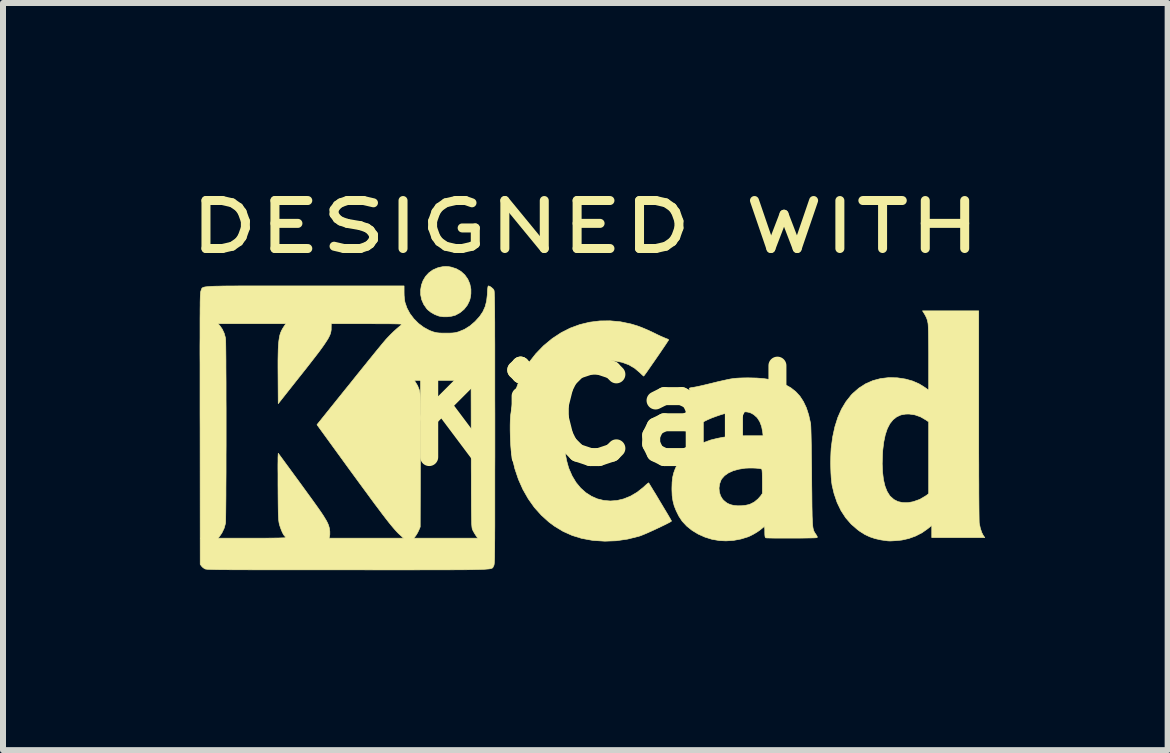
<source format=kicad_pcb>
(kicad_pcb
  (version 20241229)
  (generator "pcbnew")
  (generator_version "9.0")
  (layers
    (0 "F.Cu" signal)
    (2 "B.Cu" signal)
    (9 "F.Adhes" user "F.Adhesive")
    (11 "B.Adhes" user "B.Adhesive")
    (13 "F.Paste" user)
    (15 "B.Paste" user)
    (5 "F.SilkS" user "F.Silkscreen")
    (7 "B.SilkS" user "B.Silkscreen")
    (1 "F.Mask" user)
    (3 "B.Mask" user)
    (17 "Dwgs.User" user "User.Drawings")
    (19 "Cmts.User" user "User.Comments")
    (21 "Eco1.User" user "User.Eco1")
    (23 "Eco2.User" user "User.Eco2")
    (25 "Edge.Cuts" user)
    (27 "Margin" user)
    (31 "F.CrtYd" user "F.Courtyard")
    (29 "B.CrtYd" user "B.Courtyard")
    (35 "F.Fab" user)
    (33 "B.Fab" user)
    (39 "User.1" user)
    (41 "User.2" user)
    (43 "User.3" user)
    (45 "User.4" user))
  (footprint "KiCad"
    (layer "F.Cu")
    (at 7.009 3.881)
    (property "Reference" "KiCad" (at 0 0 0) (layer "F.SilkS") (effects (font (size 1.524 1.524) (thickness 0.3))))
    (attr through_hole)
    (fp_poly (pts (xy -2.578 -2.485) (xy -2.538 -2.478) (xy -2.451 -2.45) (xy -2.374 -2.406) (xy -2.31 -2.348) (xy -2.26 -2.278) (xy -2.226 -2.199) (xy -2.208 -2.112) (xy -2.208 -2.037) (xy -2.213 -1.993) (xy -2.222 -1.949) (xy -2.23 -1.92) (xy -2.267 -1.844) (xy -2.321 -1.775) (xy -2.388 -1.719) (xy -2.464 -1.677) (xy -2.472 -1.674) (xy -2.53 -1.659) (xy -2.599 -1.65) (xy -2.669 -1.65) (xy -2.731 -1.659) (xy -2.743 -1.662) (xy -2.809 -1.687) (xy -2.873 -1.723) (xy -2.927 -1.766) (xy -2.943 -1.783) (xy -2.994 -1.856) (xy -3.028 -1.934) (xy -3.045 -2.015) (xy -3.046 -2.097) (xy -3.033 -2.177) (xy -3.005 -2.253) (xy -2.964 -2.322) (xy -2.909 -2.382) (xy -2.843 -2.43) (xy -2.766 -2.464) (xy -2.734 -2.473) (xy -2.675 -2.485) (xy -2.626 -2.488) (xy -2.578 -2.485)) (stroke (width 0.01) (type solid)) (fill yes) (layer "F.SilkS"))
    (fp_poly (pts (xy 6.259 -0.008) (xy 6.259 0.217) (xy 6.259 0.429) (xy 6.259 0.629) (xy 6.26 0.815) (xy 6.26 0.986) (xy 6.261 1.143) (xy 6.261 1.285) (xy 6.262 1.411) (xy 6.263 1.519) (xy 6.264 1.611) (xy 6.265 1.685) (xy 6.266 1.74) (xy 6.267 1.776) (xy 6.268 1.792) (xy 6.286 1.877) (xy 6.309 1.946) (xy 6.334 1.995) (xy 6.36 2.032) (xy 5.476 2.032) (xy 5.476 1.828) (xy 5.409 1.884) (xy 5.314 1.951) (xy 5.207 2.006) (xy 5.094 2.047) (xy 4.979 2.073) (xy 4.943 2.077) (xy 4.879 2.083) (xy 4.831 2.086) (xy 4.796 2.088) (xy 4.769 2.088) (xy 4.746 2.087) (xy 4.745 2.087) (xy 4.63 2.071) (xy 4.531 2.049) (xy 4.442 2.019) (xy 4.359 1.98) (xy 4.277 1.928) (xy 4.239 1.9) (xy 4.133 1.808) (xy 4.041 1.702) (xy 3.963 1.582) (xy 3.898 1.447) (xy 3.847 1.297) (xy 3.814 1.158) (xy 3.807 1.105) (xy 3.8 1.036) (xy 3.795 0.955) (xy 3.792 0.868) (xy 3.791 0.801) (xy 4.65 0.801) (xy 4.656 0.942) (xy 4.671 1.066) (xy 4.696 1.173) (xy 4.731 1.262) (xy 4.775 1.333) (xy 4.786 1.345) (xy 4.844 1.397) (xy 4.913 1.432) (xy 4.992 1.449) (xy 5.078 1.45) (xy 5.166 1.434) (xy 5.274 1.396) (xy 5.372 1.339) (xy 5.382 1.332) (xy 5.425 1.3) (xy 5.425 0.103) (xy 5.382 0.073) (xy 5.289 0.019) (xy 5.195 -0.014) (xy 5.099 -0.028) (xy 5.042 -0.027) (xy 4.962 -0.013) (xy 4.892 0.019) (xy 4.831 0.067) (xy 4.778 0.133) (xy 4.735 0.216) (xy 4.701 0.318) (xy 4.676 0.437) (xy 4.659 0.574) (xy 4.655 0.643) (xy 4.65 0.801) (xy 3.791 0.801) (xy 3.791 0.778) (xy 3.792 0.691) (xy 3.795 0.61) (xy 3.799 0.54) (xy 3.824 0.354) (xy 3.861 0.184) (xy 3.91 0.029) (xy 3.971 -0.109) (xy 4.045 -0.233) (xy 4.131 -0.342) (xy 4.16 -0.372) (xy 4.262 -0.461) (xy 4.373 -0.532) (xy 4.494 -0.585) (xy 4.622 -0.619) (xy 4.757 -0.635) (xy 4.898 -0.632) (xy 4.908 -0.631) (xy 5.039 -0.611) (xy 5.157 -0.578) (xy 5.265 -0.531) (xy 5.36 -0.472) (xy 5.425 -0.426) (xy 5.425 -0.942) (xy 5.425 -1.045) (xy 5.424 -1.145) (xy 5.423 -1.238) (xy 5.422 -1.323) (xy 5.421 -1.397) (xy 5.419 -1.457) (xy 5.417 -1.503) (xy 5.415 -1.531) (xy 5.415 -1.533) (xy 5.405 -1.585) (xy 5.389 -1.632) (xy 5.364 -1.681) (xy 5.34 -1.72) (xy 5.322 -1.748) (xy 6.259 -1.748) (xy 6.259 -0.008)) (stroke (width 0.01) (type solid)) (fill yes) (layer "F.SilkS"))
    (fp_poly (pts (xy 0.286 -1.566) (xy 0.46 -1.53) (xy 0.569 -1.497) (xy 0.615 -1.48) (xy 0.673 -1.457) (xy 0.738 -1.429) (xy 0.804 -1.399) (xy 0.843 -1.38) (xy 0.9 -1.352) (xy 0.953 -1.327) (xy 0.999 -1.307) (xy 1.034 -1.292) (xy 1.052 -1.285) (xy 1.076 -1.276) (xy 1.089 -1.266) (xy 1.089 -1.264) (xy 1.083 -1.253) (xy 1.066 -1.228) (xy 1.042 -1.191) (xy 1.01 -1.144) (xy 0.974 -1.091) (xy 0.934 -1.032) (xy 0.892 -0.971) (xy 0.85 -0.91) (xy 0.808 -0.85) (xy 0.77 -0.795) (xy 0.736 -0.746) (xy 0.708 -0.706) (xy 0.687 -0.678) (xy 0.675 -0.662) (xy 0.674 -0.66) (xy 0.664 -0.667) (xy 0.644 -0.685) (xy 0.618 -0.71) (xy 0.611 -0.717) (xy 0.521 -0.793) (xy 0.423 -0.85) (xy 0.315 -0.89) (xy 0.197 -0.913) (xy 0.193 -0.913) (xy 0.07 -0.918) (xy -0.045 -0.904) (xy -0.151 -0.873) (xy -0.248 -0.823) (xy -0.336 -0.755) (xy -0.414 -0.67) (xy -0.483 -0.568) (xy -0.541 -0.448) (xy -0.59 -0.312) (xy -0.605 -0.256) (xy -0.622 -0.187) (xy -0.635 -0.126) (xy -0.645 -0.065) (xy -0.652 0.002) (xy -0.658 0.08) (xy -0.66 0.103) (xy -0.665 0.235) (xy -0.661 0.37) (xy -0.651 0.504) (xy -0.634 0.633) (xy -0.611 0.752) (xy -0.582 0.857) (xy -0.574 0.881) (xy -0.52 1.005) (xy -0.455 1.113) (xy -0.378 1.206) (xy -0.292 1.283) (xy -0.198 1.343) (xy -0.098 1.387) (xy 0.008 1.413) (xy 0.117 1.422) (xy 0.228 1.414) (xy 0.34 1.387) (xy 0.452 1.342) (xy 0.561 1.278) (xy 0.667 1.195) (xy 0.684 1.179) (xy 0.714 1.151) (xy 0.738 1.131) (xy 0.753 1.12) (xy 0.755 1.119) (xy 0.764 1.132) (xy 0.781 1.16) (xy 0.805 1.199) (xy 0.835 1.249) (xy 0.87 1.305) (xy 0.907 1.367) (xy 0.945 1.431) (xy 0.984 1.496) (xy 1.021 1.558) (xy 1.056 1.616) (xy 1.086 1.667) (xy 1.11 1.708) (xy 1.127 1.738) (xy 1.136 1.754) (xy 1.137 1.756) (xy 1.128 1.764) (xy 1.103 1.779) (xy 1.064 1.799) (xy 1.016 1.823) (xy 0.96 1.85) (xy 0.899 1.879) (xy 0.837 1.908) (xy 0.775 1.936) (xy 0.717 1.962) (xy 0.666 1.983) (xy 0.624 2) (xy 0.594 2.01) (xy 0.406 2.057) (xy 0.216 2.085) (xy 0.026 2.092) (xy -0.163 2.08) (xy -0.193 2.076) (xy -0.362 2.045) (xy -0.52 1.996) (xy -0.67 1.929) (xy -0.812 1.843) (xy -0.907 1.773) (xy -1.033 1.659) (xy -1.149 1.53) (xy -1.251 1.386) (xy -1.34 1.23) (xy -1.415 1.062) (xy -1.475 0.884) (xy -1.519 0.698) (xy -1.53 0.635) (xy -1.537 0.577) (xy -1.543 0.504) (xy -1.548 0.42) (xy -1.551 0.331) (xy -1.553 0.24) (xy -1.553 0.153) (xy -1.551 0.075) (xy -1.547 0.01) (xy -1.545 -0.01) (xy -1.515 -0.212) (xy -1.469 -0.401) (xy -1.407 -0.577) (xy -1.329 -0.741) (xy -1.235 -0.894) (xy -1.124 -1.035) (xy -0.997 -1.166) (xy -0.852 -1.286) (xy -0.846 -1.29) (xy -0.703 -1.384) (xy -0.551 -1.461) (xy -0.393 -1.519) (xy -0.228 -1.559) (xy -0.059 -1.58) (xy 0.113 -1.582) (xy 0.286 -1.566)) (stroke (width 0.01) (type solid)) (fill yes) (layer "F.SilkS"))
    (fp_poly (pts (xy 2.556 -0.628) (xy 2.671 -0.619) (xy 2.774 -0.604) (xy 2.869 -0.582) (xy 2.958 -0.551) (xy 3.033 -0.518) (xy 3.127 -0.465) (xy 3.208 -0.401) (xy 3.278 -0.325) (xy 3.336 -0.236) (xy 3.385 -0.133) (xy 3.424 -0.013) (xy 3.455 0.125) (xy 3.457 0.132) (xy 3.458 0.152) (xy 3.46 0.19) (xy 3.462 0.246) (xy 3.464 0.318) (xy 3.466 0.404) (xy 3.468 0.504) (xy 3.469 0.615) (xy 3.471 0.737) (xy 3.473 0.868) (xy 3.474 1.006) (xy 3.474 1.011) (xy 3.475 1.164) (xy 3.477 1.298) (xy 3.478 1.415) (xy 3.479 1.516) (xy 3.481 1.601) (xy 3.482 1.674) (xy 3.485 1.734) (xy 3.487 1.784) (xy 3.49 1.825) (xy 3.494 1.858) (xy 3.499 1.885) (xy 3.505 1.906) (xy 3.511 1.924) (xy 3.519 1.94) (xy 3.528 1.955) (xy 3.538 1.97) (xy 3.546 1.981) (xy 3.562 2.008) (xy 3.569 2.023) (xy 3.565 2.03) (xy 3.558 2.034) (xy 3.544 2.035) (xy 3.513 2.037) (xy 3.466 2.038) (xy 3.407 2.039) (xy 3.339 2.04) (xy 3.263 2.041) (xy 3.183 2.041) (xy 3.102 2.041) (xy 3.021 2.041) (xy 2.944 2.041) (xy 2.874 2.041) (xy 2.813 2.04) (xy 2.763 2.039) (xy 2.728 2.038) (xy 2.71 2.036) (xy 2.708 2.036) (xy 2.701 2.029) (xy 2.696 2.013) (xy 2.693 1.985) (xy 2.692 1.94) (xy 2.692 1.939) (xy 2.692 1.899) (xy 2.69 1.869) (xy 2.687 1.851) (xy 2.685 1.849) (xy 2.674 1.855) (xy 2.655 1.871) (xy 2.652 1.873) (xy 2.611 1.907) (xy 2.557 1.944) (xy 2.497 1.979) (xy 2.439 2.008) (xy 2.408 2.021) (xy 2.294 2.056) (xy 2.171 2.079) (xy 2.045 2.087) (xy 1.937 2.082) (xy 1.813 2.061) (xy 1.694 2.024) (xy 1.582 1.974) (xy 1.48 1.912) (xy 1.39 1.84) (xy 1.314 1.758) (xy 1.259 1.674) (xy 1.215 1.585) (xy 1.182 1.503) (xy 1.161 1.421) (xy 1.148 1.334) (xy 1.144 1.235) (xy 1.144 1.206) (xy 1.929 1.206) (xy 1.935 1.274) (xy 1.955 1.338) (xy 1.988 1.392) (xy 2.008 1.413) (xy 2.04 1.44) (xy 2.065 1.458) (xy 2.094 1.472) (xy 2.125 1.484) (xy 2.175 1.496) (xy 2.237 1.502) (xy 2.305 1.501) (xy 2.371 1.494) (xy 2.43 1.481) (xy 2.449 1.474) (xy 2.516 1.44) (xy 2.577 1.39) (xy 2.623 1.338) (xy 2.652 1.297) (xy 2.652 1.096) (xy 2.651 1.019) (xy 2.65 0.959) (xy 2.647 0.916) (xy 2.643 0.893) (xy 2.641 0.889) (xy 2.621 0.883) (xy 2.586 0.878) (xy 2.54 0.874) (xy 2.488 0.872) (xy 2.435 0.872) (xy 2.386 0.874) (xy 2.364 0.875) (xy 2.259 0.892) (xy 2.165 0.918) (xy 2.086 0.954) (xy 2.022 0.999) (xy 1.975 1.052) (xy 1.963 1.072) (xy 1.939 1.137) (xy 1.929 1.206) (xy 1.144 1.206) (xy 1.144 1.204) (xy 1.147 1.109) (xy 1.156 1.027) (xy 1.174 0.953) (xy 1.2 0.882) (xy 1.22 0.841) (xy 1.278 0.746) (xy 1.353 0.658) (xy 1.445 0.578) (xy 1.549 0.509) (xy 1.666 0.45) (xy 1.791 0.405) (xy 1.819 0.398) (xy 1.906 0.377) (xy 1.993 0.36) (xy 2.084 0.348) (xy 2.182 0.34) (xy 2.293 0.335) (xy 2.419 0.334) (xy 2.452 0.334) (xy 2.664 0.334) (xy 2.657 0.272) (xy 2.639 0.178) (xy 2.608 0.098) (xy 2.565 0.032) (xy 2.509 -0.018) (xy 2.467 -0.042) (xy 2.443 -0.052) (xy 2.419 -0.058) (xy 2.393 -0.063) (xy 2.357 -0.065) (xy 2.309 -0.065) (xy 2.276 -0.065) (xy 2.212 -0.064) (xy 2.16 -0.061) (xy 2.115 -0.056) (xy 2.067 -0.046) (xy 2.029 -0.037) (xy 1.96 -0.017) (xy 1.884 0.009) (xy 1.808 0.037) (xy 1.741 0.066) (xy 1.702 0.085) (xy 1.68 0.096) (xy 1.666 0.101) (xy 1.666 0.102) (xy 1.659 0.093) (xy 1.648 0.07) (xy 1.636 0.043) (xy 1.618 -0.001) (xy 1.599 -0.048) (xy 1.589 -0.071) (xy 1.565 -0.129) (xy 1.539 -0.19) (xy 1.514 -0.251) (xy 1.49 -0.31) (xy 1.469 -0.362) (xy 1.452 -0.406) (xy 1.439 -0.438) (xy 1.433 -0.455) (xy 1.433 -0.457) (xy 1.442 -0.462) (xy 1.466 -0.468) (xy 1.493 -0.472) (xy 1.519 -0.476) (xy 1.562 -0.484) (xy 1.617 -0.496) (xy 1.682 -0.511) (xy 1.753 -0.528) (xy 1.815 -0.543) (xy 1.912 -0.567) (xy 1.992 -0.585) (xy 2.06 -0.6) (xy 2.118 -0.612) (xy 2.171 -0.62) (xy 2.221 -0.625) (xy 2.272 -0.628) (xy 2.328 -0.63) (xy 2.392 -0.631) (xy 2.425 -0.631) (xy 2.556 -0.628)) (stroke (width 0.01) (type solid)) (fill yes) (layer "F.SilkS"))
    (fp_poly (pts (xy -5.452 -2.164) (xy -5.26 -2.164) (xy -5.048 -2.164) (xy -4.969 -2.164) (xy -3.322 -2.164) (xy -3.322 -2.06) (xy -3.321 -2.007) (xy -3.316 -1.953) (xy -3.31 -1.907) (xy -3.307 -1.891) (xy -3.274 -1.795) (xy -3.224 -1.702) (xy -3.159 -1.616) (xy -3.081 -1.538) (xy -2.994 -1.473) (xy -2.9 -1.422) (xy -2.84 -1.399) (xy -2.806 -1.39) (xy -2.773 -1.383) (xy -2.735 -1.379) (xy -2.687 -1.377) (xy -2.626 -1.377) (xy -2.564 -1.377) (xy -2.517 -1.379) (xy -2.479 -1.383) (xy -2.446 -1.39) (xy -2.413 -1.399) (xy -2.314 -1.44) (xy -2.222 -1.498) (xy -2.134 -1.574) (xy -2.134 -1.575) (xy -2.062 -1.654) (xy -2.008 -1.734) (xy -1.97 -1.819) (xy -1.946 -1.912) (xy -1.934 -2.018) (xy -1.933 -2.04) (xy -1.93 -2.1) (xy -1.925 -2.141) (xy -1.92 -2.161) (xy -1.916 -2.164) (xy -1.893 -2.157) (xy -1.865 -2.138) (xy -1.839 -2.115) (xy -1.824 -2.094) (xy -1.822 -2.089) (xy -1.821 -2.081) (xy -1.819 -2.069) (xy -1.818 -2.052) (xy -1.817 -2.029) (xy -1.816 -2) (xy -1.814 -1.964) (xy -1.814 -1.92) (xy -1.813 -1.868) (xy -1.812 -1.806) (xy -1.811 -1.733) (xy -1.811 -1.65) (xy -1.81 -1.555) (xy -1.81 -1.447) (xy -1.81 -1.326) (xy -1.809 -1.191) (xy -1.809 -1.04) (xy -1.809 -0.875) (xy -1.809 -0.692) (xy -1.809 -0.493) (xy -1.809 -0.275) (xy -1.808 -0.039) (xy -1.808 0.204) (xy -1.808 0.457) (xy -1.808 0.69) (xy -1.809 0.905) (xy -1.809 1.102) (xy -1.809 1.281) (xy -1.809 1.444) (xy -1.809 1.592) (xy -1.809 1.725) (xy -1.809 1.844) (xy -1.81 1.95) (xy -1.81 2.043) (xy -1.811 2.125) (xy -1.811 2.197) (xy -1.812 2.258) (xy -1.813 2.31) (xy -1.813 2.354) (xy -1.814 2.39) (xy -1.816 2.419) (xy -1.817 2.442) (xy -1.818 2.461) (xy -1.82 2.474) (xy -1.821 2.485) (xy -1.823 2.492) (xy -1.825 2.498) (xy -1.827 2.502) (xy -1.829 2.505) (xy -1.833 2.512) (xy -1.836 2.518) (xy -1.838 2.525) (xy -1.841 2.53) (xy -1.845 2.535) (xy -1.851 2.54) (xy -1.86 2.544) (xy -1.873 2.548) (xy -1.889 2.552) (xy -1.911 2.555) (xy -1.939 2.557) (xy -1.973 2.56) (xy -2.015 2.562) (xy -2.065 2.564) (xy -2.124 2.565) (xy -2.192 2.567) (xy -2.271 2.568) (xy -2.361 2.569) (xy -2.464 2.569) (xy -2.579 2.57) (xy -2.707 2.57) (xy -2.85 2.57) (xy -3.008 2.57) (xy -3.182 2.571) (xy -3.372 2.571) (xy -3.58 2.571) (xy -3.806 2.571) (xy -4.051 2.57) (xy -4.264 2.57) (xy -4.522 2.57) (xy -4.76 2.57) (xy -4.98 2.57) (xy -5.181 2.57) (xy -5.366 2.57) (xy -5.534 2.57) (xy -5.686 2.57) (xy -5.824 2.57) (xy -5.947 2.569) (xy -6.057 2.569) (xy -6.155 2.569) (xy -6.241 2.568) (xy -6.316 2.567) (xy -6.381 2.567) (xy -6.436 2.566) (xy -6.483 2.565) (xy -6.522 2.564) (xy -6.554 2.563) (xy -6.579 2.562) (xy -6.599 2.561) (xy -6.615 2.559) (xy -6.626 2.558) (xy -6.635 2.556) (xy -6.64 2.554) (xy -6.644 2.553) (xy -6.674 2.533) (xy -6.699 2.508) (xy -6.7 2.506) (xy -6.721 2.478) (xy -6.723 0.217) (xy -6.724 -0.036) (xy -6.724 -0.269) (xy -6.724 -0.484) (xy -6.724 -0.68) (xy -6.724 -0.86) (xy -6.725 -1.023) (xy -6.725 -1.17) (xy -6.724 -1.303) (xy -6.724 -1.422) (xy -6.724 -1.528) (xy -6.724 -1.534) (xy -6.423 -1.534) (xy -6.393 -1.5) (xy -6.354 -1.444) (xy -6.322 -1.377) (xy -6.302 -1.306) (xy -6.299 -1.289) (xy -6.297 -1.269) (xy -6.296 -1.231) (xy -6.295 -1.175) (xy -6.294 -1.104) (xy -6.293 -1.017) (xy -6.292 -0.917) (xy -6.292 -0.806) (xy -6.291 -0.684) (xy -6.29 -0.553) (xy -6.29 -0.414) (xy -6.29 -0.27) (xy -6.289 -0.12) (xy -6.289 0.033) (xy -6.289 0.188) (xy -6.289 0.344) (xy -6.289 0.498) (xy -6.29 0.651) (xy -6.29 0.8) (xy -6.29 0.944) (xy -6.291 1.081) (xy -6.292 1.211) (xy -6.292 1.331) (xy -6.293 1.441) (xy -6.294 1.539) (xy -6.295 1.623) (xy -6.296 1.693) (xy -6.297 1.746) (xy -6.298 1.781) (xy -6.3 1.797) (xy -6.322 1.877) (xy -6.36 1.956) (xy -6.393 2.004) (xy -6.423 2.042) (xy -5.858 2.042) (xy -5.75 2.042) (xy -5.649 2.042) (xy -5.558 2.041) (xy -5.477 2.04) (xy -5.409 2.039) (xy -5.355 2.037) (xy -5.317 2.036) (xy -5.296 2.034) (xy -5.293 2.033) (xy -5.3 2.02) (xy -5.309 2.011) (xy -5.328 1.988) (xy -5.35 1.949) (xy -5.371 1.899) (xy -5.391 1.843) (xy -5.398 1.82) (xy -5.403 1.801) (xy -5.407 1.782) (xy -5.41 1.761) (xy -5.413 1.736) (xy -5.415 1.705) (xy -5.417 1.667) (xy -5.419 1.618) (xy -5.42 1.557) (xy -5.421 1.482) (xy -5.422 1.392) (xy -5.423 1.284) (xy -5.423 1.255) (xy -5.424 1.154) (xy -5.424 1.058) (xy -5.424 0.968) (xy -5.425 0.887) (xy -5.425 0.816) (xy -5.424 0.759) (xy -5.424 0.718) (xy -5.424 0.696) (xy -5.42 0.626) (xy -5.06 1.117) (xy -4.975 1.234) (xy -4.901 1.336) (xy -4.837 1.424) (xy -4.782 1.501) (xy -4.736 1.566) (xy -4.698 1.621) (xy -4.667 1.668) (xy -4.642 1.709) (xy -4.621 1.743) (xy -4.605 1.773) (xy -4.592 1.8) (xy -4.582 1.826) (xy -4.581 1.827) (xy -4.567 1.877) (xy -4.56 1.931) (xy -4.56 1.982) (xy -4.566 2.019) (xy -4.573 2.042) (xy -3.33 2.042) (xy -3.161 2.042) (xy -2.093 2.042) (xy -2.127 1.994) (xy -2.15 1.957) (xy -2.172 1.918) (xy -2.18 1.9) (xy -2.183 1.892) (xy -2.186 1.884) (xy -2.188 1.873) (xy -2.19 1.859) (xy -2.192 1.84) (xy -2.194 1.815) (xy -2.195 1.784) (xy -2.196 1.745) (xy -2.197 1.697) (xy -2.198 1.639) (xy -2.199 1.57) (xy -2.2 1.488) (xy -2.2 1.393) (xy -2.201 1.284) (xy -2.201 1.159) (xy -2.201 1.017) (xy -2.202 0.858) (xy -2.202 0.679) (xy -2.202 0.632) (xy -2.205 -0.589) (xy -3.152 -0.589) (xy -3.136 -0.566) (xy -3.096 -0.5) (xy -3.067 -0.427) (xy -3.059 -0.391) (xy -3.057 -0.374) (xy -3.055 -0.344) (xy -3.053 -0.3) (xy -3.052 -0.243) (xy -3.051 -0.171) (xy -3.05 -0.083) (xy -3.05 0.021) (xy -3.049 0.142) (xy -3.049 0.28) (xy -3.049 0.437) (xy -3.05 0.613) (xy -3.05 0.762) (xy -3.053 1.854) (xy -3.076 1.909) (xy -3.095 1.948) (xy -3.118 1.987) (xy -3.129 2.003) (xy -3.161 2.042) (xy -3.33 2.042) (xy -3.395 1.982) (xy -3.42 1.959) (xy -3.446 1.932) (xy -3.474 1.901) (xy -3.506 1.864) (xy -3.542 1.821) (xy -3.583 1.77) (xy -3.629 1.711) (xy -3.682 1.642) (xy -3.741 1.563) (xy -3.809 1.473) (xy -3.884 1.371) (xy -3.969 1.255) (xy -4.064 1.126) (xy -4.17 0.981) (xy -4.225 0.906) (xy -4.774 0.15) (xy -4.422 -0.288) (xy -4.308 -0.43) (xy -4.206 -0.556) (xy -4.116 -0.669) (xy -4.036 -0.768) (xy -3.965 -0.856) (xy -3.904 -0.932) (xy -3.85 -0.998) (xy -3.804 -1.055) (xy -3.765 -1.103) (xy -3.731 -1.144) (xy -3.703 -1.178) (xy -3.679 -1.207) (xy -3.659 -1.231) (xy -3.641 -1.252) (xy -3.626 -1.27) (xy -3.611 -1.286) (xy -3.6 -1.298) (xy -3.551 -1.349) (xy -3.498 -1.401) (xy -3.445 -1.449) (xy -3.397 -1.49) (xy -3.363 -1.516) (xy -3.358 -1.519) (xy -3.358 -1.523) (xy -3.362 -1.525) (xy -3.372 -1.527) (xy -3.391 -1.529) (xy -3.418 -1.53) (xy -3.457 -1.531) (xy -3.508 -1.532) (xy -3.572 -1.533) (xy -3.652 -1.533) (xy -3.748 -1.533) (xy -3.862 -1.534) (xy -3.937 -1.534) (xy -4.536 -1.534) (xy -4.537 -1.46) (xy -4.537 -1.434) (xy -4.541 -1.407) (xy -4.547 -1.38) (xy -4.557 -1.35) (xy -4.572 -1.318) (xy -4.592 -1.28) (xy -4.619 -1.238) (xy -4.652 -1.188) (xy -4.693 -1.13) (xy -4.743 -1.062) (xy -4.802 -0.985) (xy -4.872 -0.895) (xy -4.952 -0.792) (xy -5.044 -0.676) (xy -5.08 -0.631) (xy -5.42 -0.201) (xy -5.423 -0.667) (xy -5.424 -0.804) (xy -5.424 -0.922) (xy -5.422 -1.024) (xy -5.42 -1.11) (xy -5.416 -1.184) (xy -5.41 -1.246) (xy -5.402 -1.299) (xy -5.393 -1.344) (xy -5.381 -1.382) (xy -5.366 -1.417) (xy -5.349 -1.449) (xy -5.329 -1.481) (xy -5.293 -1.534) (xy -5.858 -1.534) (xy -6.423 -1.534) (xy -6.724 -1.534) (xy -6.724 -1.621) (xy -6.723 -1.704) (xy -6.723 -1.775) (xy -6.722 -1.836) (xy -6.722 -1.889) (xy -6.721 -1.933) (xy -6.72 -1.969) (xy -6.719 -1.999) (xy -6.717 -2.023) (xy -6.716 -2.042) (xy -6.715 -2.056) (xy -6.713 -2.067) (xy -6.711 -2.075) (xy -6.709 -2.082) (xy -6.707 -2.087) (xy -6.707 -2.087) (xy -6.703 -2.097) (xy -6.701 -2.106) (xy -6.698 -2.114) (xy -6.694 -2.121) (xy -6.689 -2.128) (xy -6.681 -2.134) (xy -6.67 -2.139) (xy -6.654 -2.144) (xy -6.633 -2.148) (xy -6.606 -2.151) (xy -6.571 -2.154) (xy -6.528 -2.157) (xy -6.476 -2.159) (xy -6.414 -2.16) (xy -6.342 -2.162) (xy -6.257 -2.163) (xy -6.16 -2.163) (xy -6.05 -2.164) (xy -5.924 -2.164) (xy -5.784 -2.164) (xy -5.627 -2.164) (xy -5.452 -2.164)) (stroke (width 0.01) (type solid)) (fill yes) (layer "F.SilkS"))
    (fp_text user "DESIGNED WITH" (at -0.3 -3.15 0) (layer "F.SilkS") (effects (font (size 0.8 1.15) (thickness 0.15)))))
  (gr_rect
    (start -3 -3)
    (end 16.418 9.457)
    (stroke (width 0.1) (type default))
    (fill no)
    (layer "Edge.Cuts")))
</source>
